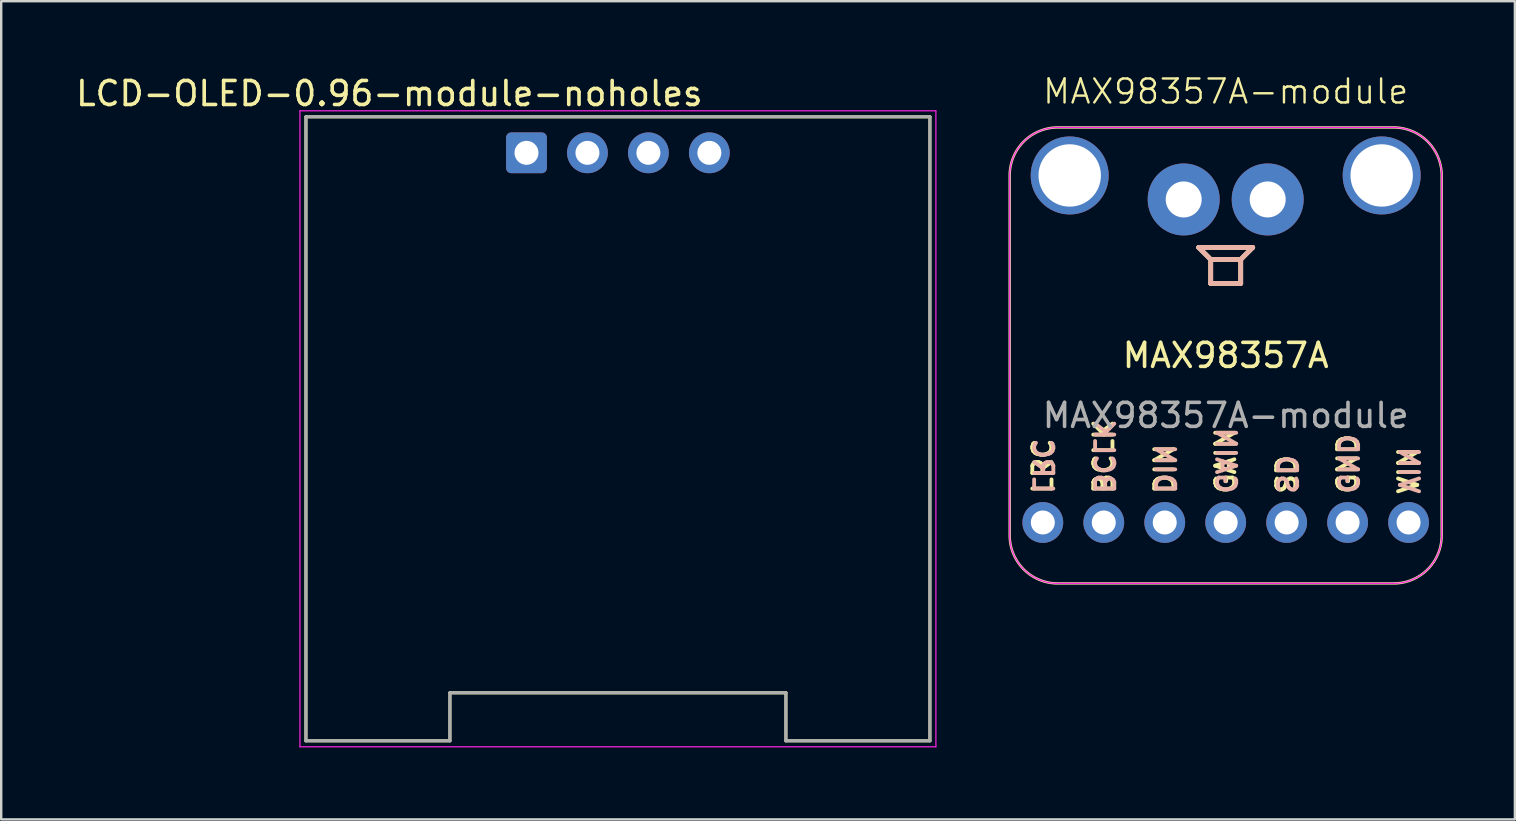
<source format=kicad_pcb>
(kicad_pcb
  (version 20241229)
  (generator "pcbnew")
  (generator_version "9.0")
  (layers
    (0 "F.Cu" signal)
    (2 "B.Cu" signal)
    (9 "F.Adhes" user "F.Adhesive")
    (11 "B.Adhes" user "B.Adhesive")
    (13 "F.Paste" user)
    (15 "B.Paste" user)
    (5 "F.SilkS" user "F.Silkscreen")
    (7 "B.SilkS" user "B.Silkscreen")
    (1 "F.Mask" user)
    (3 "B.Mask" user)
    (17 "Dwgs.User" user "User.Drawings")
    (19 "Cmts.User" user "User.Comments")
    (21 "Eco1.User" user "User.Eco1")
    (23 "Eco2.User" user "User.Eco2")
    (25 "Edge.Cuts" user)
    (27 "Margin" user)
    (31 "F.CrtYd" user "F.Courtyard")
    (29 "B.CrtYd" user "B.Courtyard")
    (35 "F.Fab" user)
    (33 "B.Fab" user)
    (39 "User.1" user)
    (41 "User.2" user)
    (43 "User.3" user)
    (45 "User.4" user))
  (footprint "LCD-OLED-0.96-module-noholes"
    (layer "F.Cu")
    (at 22.698 14.818)
    (property "Reference" "LCD-OLED-0.96-module-noholes" (at -9.525 -13.97 0) (layer "F.SilkS") (effects (font (size 1 1) (thickness 0.15))))
    (attr through_hole)
    (fp_line (start -13 -13) (end 13 -13) (stroke (width 0.127) (type solid)) (layer "F.SilkS"))
    (fp_line (start -13 13) (end -13 -13) (stroke (width 0.127) (type solid)) (layer "F.SilkS"))
    (fp_line (start -7 11) (end -7 13) (stroke (width 0.127) (type solid)) (layer "F.SilkS"))
    (fp_line (start -7 13) (end -13 13) (stroke (width 0.127) (type solid)) (layer "F.SilkS"))
    (fp_line (start 7 11) (end -7 11) (stroke (width 0.127) (type solid)) (layer "F.SilkS"))
    (fp_line (start 7 13) (end 7 11) (stroke (width 0.127) (type solid)) (layer "F.SilkS"))
    (fp_line (start 13 -13) (end 13 13) (stroke (width 0.127) (type solid)) (layer "F.SilkS"))
    (fp_line (start 13 13) (end 7 13) (stroke (width 0.127) (type solid)) (layer "F.SilkS"))
    (fp_line (start -13.25 -13.25) (end 13.25 -13.25) (stroke (width 0.05) (type solid)) (layer "F.CrtYd"))
    (fp_line (start -13.25 13.25) (end -13.25 -13.25) (stroke (width 0.05) (type solid)) (layer "F.CrtYd"))
    (fp_line (start 13.25 -13.25) (end 13.25 13.25) (stroke (width 0.05) (type solid)) (layer "F.CrtYd"))
    (fp_line (start 13.25 13.25) (end -13.25 13.25) (stroke (width 0.05) (type solid)) (layer "F.CrtYd"))
    (fp_line (start -13 -13) (end 13 -13) (stroke (width 0.127) (type solid)) (layer "F.Fab"))
    (fp_line (start -13 13) (end -13 -13) (stroke (width 0.127) (type solid)) (layer "F.Fab"))
    (fp_line (start -7 11) (end 7 11) (stroke (width 0.127) (type solid)) (layer "F.Fab"))
    (fp_line (start -7 13) (end -13 13) (stroke (width 0.127) (type solid)) (layer "F.Fab"))
    (fp_line (start -7 13) (end -7 11) (stroke (width 0.127) (type solid)) (layer "F.Fab"))
    (fp_line (start 7 11) (end 7 13) (stroke (width 0.127) (type solid)) (layer "F.Fab"))
    (fp_line (start 13 -13) (end 13 13) (stroke (width 0.127) (type solid)) (layer "F.Fab"))
    (fp_line (start 13 13) (end 7 13) (stroke (width 0.127) (type solid)) (layer "F.Fab"))
    (pad "1" thru_hole roundrect (at -3.81 -11.5) (size 1.7 1.7) (drill 1) (layers "*.Cu" "*.Mask") (roundrect_rratio 0.125))
    (pad "2" thru_hole circle (at -1.27 -11.5) (size 1.7 1.7) (drill 1) (layers "*.Cu" "*.Mask"))
    (pad "3" thru_hole circle (at 1.27 -11.5) (size 1.7 1.7) (drill 1) (layers "*.Cu" "*.Mask"))
    (pad "4" thru_hole circle (at 3.81 -11.5) (size 1.7 1.7) (drill 1) (layers "*.Cu" "*.Mask")))
  (footprint "MAX98357A-module"
    (layer "F.Cu")
    (at 48.023 11.761)
    (property "Reference" "MAX98357A-module" (at 0 -11 0) (unlocked yes) (layer "F.SilkS") (effects (font (size 1 1) (thickness 0.1))))
    (attr through_hole)
    (fp_line (start -1.125 -4.5) (end -0.625 -4) (stroke (width 0.2) (type default)) (layer "F.SilkS"))
    (fp_line (start -0.625 -4) (end 0.625 -4) (stroke (width 0.2) (type default)) (layer "F.SilkS"))
    (fp_line (start -0.625 -3) (end -0.625 -4) (stroke (width 0.2) (type default)) (layer "F.SilkS"))
    (fp_line (start 0.625 -4) (end 0.625 -3) (stroke (width 0.2) (type default)) (layer "F.SilkS"))
    (fp_line (start 0.625 -4) (end 1.125 -4.5) (stroke (width 0.2) (type default)) (layer "F.SilkS"))
    (fp_line (start 0.625 -3) (end -0.625 -3) (stroke (width 0.2) (type default)) (layer "F.SilkS"))
    (fp_line (start 1.125 -4.5) (end -1.125 -4.5) (stroke (width 0.2) (type default)) (layer "F.SilkS"))
    (fp_poly (pts (arc (start 9 -7.5) (mid 8.414214 -8.914214) (end 7 -9.5)) (arc (start -7 -9.5) (mid -8.414214 -8.914214) (end -9 -7.5)) (arc (start -9 7.5) (mid -8.414214 8.914214) (end -7 9.5)) (arc (start 7 9.5) (mid 8.414214 8.914214) (end 9 7.5))) (stroke (width 0.1) (type solid)) (fill no) (layer "F.SilkS"))
    (fp_line (start -1.125 -4.5) (end -0.625 -4) (stroke (width 0.2) (type default)) (layer "B.SilkS"))
    (fp_line (start -0.625 -4) (end 0.625 -4) (stroke (width 0.2) (type default)) (layer "B.SilkS"))
    (fp_line (start -0.625 -3) (end -0.625 -4) (stroke (width 0.2) (type default)) (layer "B.SilkS"))
    (fp_line (start 0.625 -4) (end 0.625 -3) (stroke (width 0.2) (type default)) (layer "B.SilkS"))
    (fp_line (start 0.625 -4) (end 1.125 -4.5) (stroke (width 0.2) (type default)) (layer "B.SilkS"))
    (fp_line (start 0.625 -3) (end -0.625 -3) (stroke (width 0.2) (type default)) (layer "B.SilkS"))
    (fp_line (start 1.125 -4.5) (end -1.125 -4.5) (stroke (width 0.2) (type default)) (layer "B.SilkS"))
    (fp_poly (pts (arc (start 9 -7.5) (mid 8.414214 -8.914214) (end 7 -9.5)) (arc (start -7 -9.5) (mid -8.414214 -8.914214) (end -9 -7.5)) (arc (start -9 7.5) (mid -8.414214 8.914214) (end -7 9.5)) (arc (start 7 9.5) (mid 8.414214 8.914214) (end 9 7.5))) (stroke (width 0.05) (type solid)) (fill no) (layer "F.CrtYd"))
    (fp_text user "BCLK" (at -5.08 5.842 90) (unlocked yes) (layer "F.SilkS") (effects (font (size 0.8 0.8) (thickness 0.16)) (justify left)))
    (fp_text user "LRC" (at -7.62 5.842 90) (unlocked yes) (layer "F.SilkS") (effects (font (size 0.8 0.8) (thickness 0.16)) (justify left)))
    (fp_text user "VIN" (at 7.62 5.842 90) (unlocked yes) (layer "F.SilkS") (effects (font (size 0.8 0.8) (thickness 0.16)) (justify left)))
    (fp_text user "GAIN" (at 0 5.842 90) (unlocked yes) (layer "F.SilkS") (effects (font (size 0.8 0.8) (thickness 0.16)) (justify left)))
    (fp_text user "SD" (at 2.54 5.842 90) (unlocked yes) (layer "F.SilkS") (effects (font (size 0.8 0.8) (thickness 0.16)) (justify left)))
    (fp_text user "GND" (at 5.08 5.842 90) (unlocked yes) (layer "F.SilkS") (effects (font (size 0.8 0.8) (thickness 0.16)) (justify left)))
    (fp_text user "DIN" (at -2.54 5.842 90) (unlocked yes) (layer "F.SilkS") (effects (font (size 0.8 0.8) (thickness 0.16)) (justify left)))
    (fp_text user "MAX98357A" (at 0 0 0) (unlocked yes) (layer "F.SilkS") (effects (font (size 1 1) (thickness 0.15))))
    (fp_text user "GAIN" (at 0 5.842 270) (unlocked yes) (layer "B.SilkS") (effects (font (size 0.8 0.8) (thickness 0.16)) (justify left mirror)))
    (fp_text user "DIN" (at -2.54 5.842 270) (unlocked yes) (layer "B.SilkS") (effects (font (size 0.8 0.8) (thickness 0.16)) (justify left mirror)))
    (fp_text user "VIN" (at 7.62 5.842 270) (unlocked yes) (layer "B.SilkS") (effects (font (size 0.8 0.8) (thickness 0.16)) (justify left mirror)))
    (fp_text user "GND" (at 5.08 5.842 270) (unlocked yes) (layer "B.SilkS") (effects (font (size 0.8 0.8) (thickness 0.16)) (justify left mirror)))
    (fp_text user "LRC" (at -7.62 5.842 270) (unlocked yes) (layer "B.SilkS") (effects (font (size 0.8 0.8) (thickness 0.16)) (justify left mirror)))
    (fp_text user "SD" (at 2.54 5.842 270) (unlocked yes) (layer "B.SilkS") (effects (font (size 0.8 0.8) (thickness 0.16)) (justify left mirror)))
    (fp_text user "BCLK" (at -5.08 5.842 270) (unlocked yes) (layer "B.SilkS") (effects (font (size 0.8 0.8) (thickness 0.16)) (justify left mirror)))
    (fp_text user "${REFERENCE}" (at 0 2.5 0) (unlocked yes) (layer "F.Fab") (effects (font (size 1 1) (thickness 0.15))))
    (pad "" np_thru_hole circle (at -6.5 -7.5) (size 3.25 3.25) (drill 2.6) (layers "*.Cu" "*.Mask"))
    (pad "" np_thru_hole circle (at 6.5 -7.5) (size 3.25 3.25) (drill 2.6) (layers "*.Cu" "*.Mask"))
    (pad "1" thru_hole circle (at 7.62 6.96) (size 1.7 1.7) (drill 1) (layers "*.Cu" "*.Mask"))
    (pad "2" thru_hole circle (at 5.08 6.96) (size 1.7 1.7) (drill 1) (layers "*.Cu" "*.Mask"))
    (pad "3" thru_hole circle (at 2.54 6.96) (size 1.7 1.7) (drill 1) (layers "*.Cu" "*.Mask"))
    (pad "4" thru_hole circle (at 0 6.96) (size 1.7 1.7) (drill 1) (layers "*.Cu" "*.Mask"))
    (pad "5" thru_hole circle (at -2.54 6.96) (size 1.7 1.7) (drill 1) (layers "*.Cu" "*.Mask"))
    (pad "6" thru_hole circle (at -5.08 6.96) (size 1.7 1.7) (drill 1) (layers "*.Cu" "*.Mask"))
    (pad "7" thru_hole circle (at -7.62 6.96) (size 1.7 1.7) (drill 1) (layers "*.Cu" "*.Mask"))
    (pad "S1" thru_hole oval (at -1.75 -6.5) (size 3 3) (drill oval 1.5) (layers "*.Cu" "*.Mask"))
    (pad "S2" thru_hole oval (at 1.75 -6.5) (size 3 3) (drill oval 1.5) (layers "*.Cu" "*.Mask")))
  (gr_rect
    (start -3 -3)
    (end 60.073 31.093)
    (stroke (width 0.1) (type default))
    (fill no)
    (layer "Edge.Cuts")))
</source>
